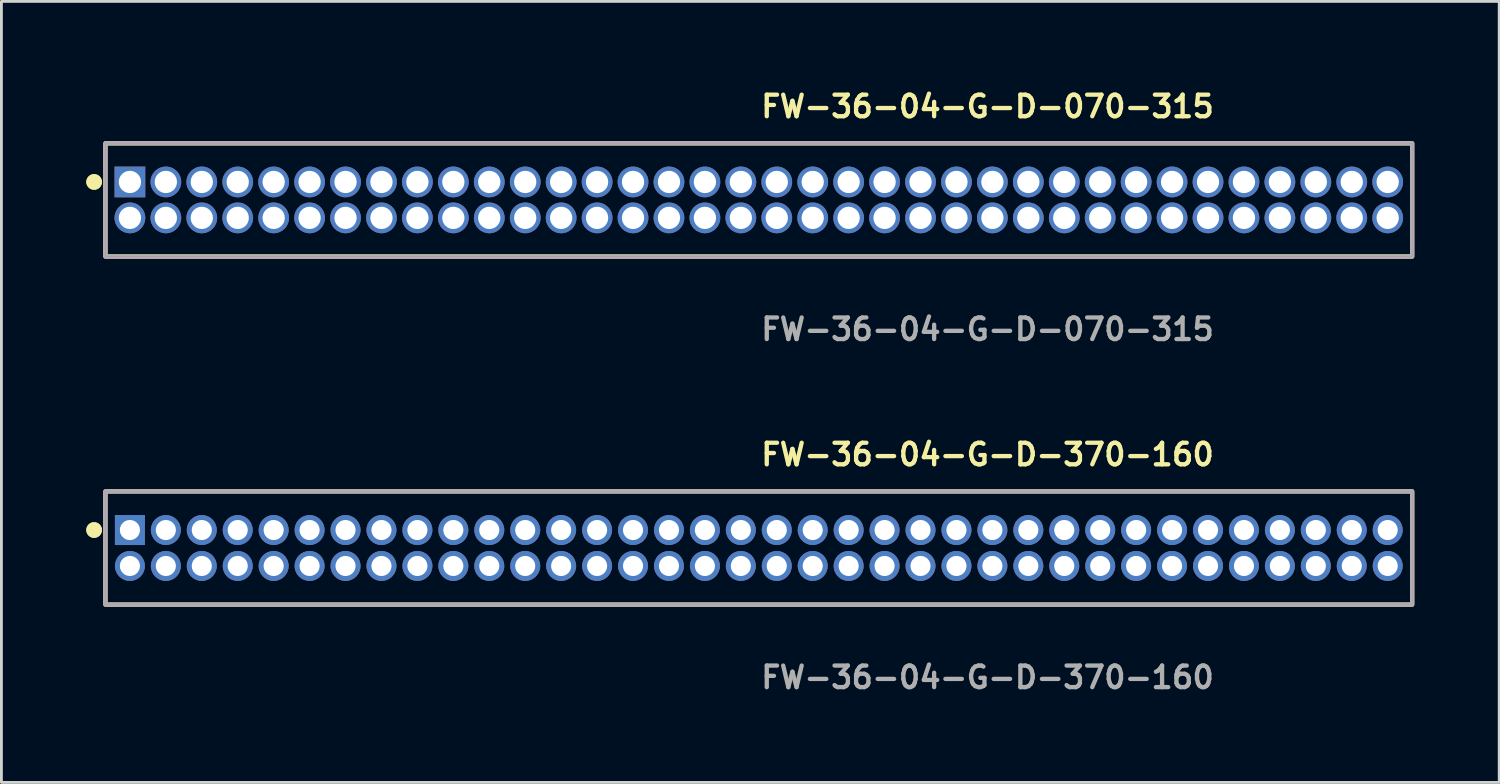
<source format=kicad_pcb>
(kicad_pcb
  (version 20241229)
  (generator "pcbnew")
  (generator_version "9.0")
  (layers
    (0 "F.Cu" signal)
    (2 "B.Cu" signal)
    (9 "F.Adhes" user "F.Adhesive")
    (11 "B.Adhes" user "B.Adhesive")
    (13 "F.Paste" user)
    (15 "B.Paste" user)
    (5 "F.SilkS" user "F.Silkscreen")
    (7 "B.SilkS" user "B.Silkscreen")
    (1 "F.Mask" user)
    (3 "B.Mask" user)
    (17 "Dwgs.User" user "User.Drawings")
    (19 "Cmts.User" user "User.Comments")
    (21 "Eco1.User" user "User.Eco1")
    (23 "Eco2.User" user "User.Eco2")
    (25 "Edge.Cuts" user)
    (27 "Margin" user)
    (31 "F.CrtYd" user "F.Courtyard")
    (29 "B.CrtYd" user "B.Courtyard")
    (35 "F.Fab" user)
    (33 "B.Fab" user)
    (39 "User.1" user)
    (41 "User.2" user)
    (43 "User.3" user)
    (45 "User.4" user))
  (footprint "FW-36-04-G-D-370-160"
    (layer "F.Cu")
    (at 23.766 16.316)
    (property "Reference" "FW-36-04-G-D-370-160" (at 0 -3.302 0) (unlocked yes) (layer "F.SilkS") (effects (font (size 0.762 0.762) (thickness 0.152)) (justify left)))
    (fp_rect (start -23.09 2) (end 23.09 -2) (stroke (width 0.152) (type solid)) (fill no) (layer "F.SilkS"))
    (fp_circle (center -23.49 -0.635) (end -23.69 -0.635) (stroke (width 0.152) (type solid)) (fill yes) (layer "F.SilkS"))
    (fp_circle (center -23.49 -0.635) (end -23.69 -0.635) (stroke (width 0.152) (type solid)) (fill yes) (layer "F.SilkS"))
    (fp_rect (start -23.09 2) (end 23.09 -2) (stroke (width 0.006) (type solid)) (fill no) (layer "F.CrtYd"))
    (fp_rect (start -23.09 2) (end 23.09 -2) (stroke (width 0.152) (type solid)) (fill no) (layer "F.Fab"))
    (fp_text user "${REFERENCE}" (at 0 4.572 0) (unlocked yes) (layer "F.Fab") (effects (font (size 0.762 0.762) (thickness 0.152)) (justify left)))
    (pad "1" thru_hole rect (at -22.225 -0.635) (size 1.06 1.06) (drill 0.71) (layers "*.Cu" "*.Mask"))
    (pad "2" thru_hole circle (at -22.225 0.635) (size 1.06 1.06) (drill 0.71) (layers "*.Cu" "*.Mask"))
    (pad "3" thru_hole circle (at -20.955 -0.635) (size 1.06 1.06) (drill 0.71) (layers "*.Cu" "*.Mask"))
    (pad "4" thru_hole circle (at -20.955 0.635) (size 1.06 1.06) (drill 0.71) (layers "*.Cu" "*.Mask"))
    (pad "5" thru_hole circle (at -19.685 -0.635) (size 1.06 1.06) (drill 0.71) (layers "*.Cu" "*.Mask"))
    (pad "6" thru_hole circle (at -19.685 0.635) (size 1.06 1.06) (drill 0.71) (layers "*.Cu" "*.Mask"))
    (pad "7" thru_hole circle (at -18.415 -0.635) (size 1.06 1.06) (drill 0.71) (layers "*.Cu" "*.Mask"))
    (pad "8" thru_hole circle (at -18.415 0.635) (size 1.06 1.06) (drill 0.71) (layers "*.Cu" "*.Mask"))
    (pad "9" thru_hole circle (at -17.145 -0.635) (size 1.06 1.06) (drill 0.71) (layers "*.Cu" "*.Mask"))
    (pad "10" thru_hole circle (at -17.145 0.635) (size 1.06 1.06) (drill 0.71) (layers "*.Cu" "*.Mask"))
    (pad "11" thru_hole circle (at -15.875 -0.635) (size 1.06 1.06) (drill 0.71) (layers "*.Cu" "*.Mask"))
    (pad "12" thru_hole circle (at -15.875 0.635) (size 1.06 1.06) (drill 0.71) (layers "*.Cu" "*.Mask"))
    (pad "13" thru_hole circle (at -14.605 -0.635) (size 1.06 1.06) (drill 0.71) (layers "*.Cu" "*.Mask"))
    (pad "14" thru_hole circle (at -14.605 0.635) (size 1.06 1.06) (drill 0.71) (layers "*.Cu" "*.Mask"))
    (pad "15" thru_hole circle (at -13.335 -0.635) (size 1.06 1.06) (drill 0.71) (layers "*.Cu" "*.Mask"))
    (pad "16" thru_hole circle (at -13.335 0.635) (size 1.06 1.06) (drill 0.71) (layers "*.Cu" "*.Mask"))
    (pad "17" thru_hole circle (at -12.065 -0.635) (size 1.06 1.06) (drill 0.71) (layers "*.Cu" "*.Mask"))
    (pad "18" thru_hole circle (at -12.065 0.635) (size 1.06 1.06) (drill 0.71) (layers "*.Cu" "*.Mask"))
    (pad "19" thru_hole circle (at -10.795 -0.635) (size 1.06 1.06) (drill 0.71) (layers "*.Cu" "*.Mask"))
    (pad "20" thru_hole circle (at -10.795 0.635) (size 1.06 1.06) (drill 0.71) (layers "*.Cu" "*.Mask"))
    (pad "21" thru_hole circle (at -9.525 -0.635) (size 1.06 1.06) (drill 0.71) (layers "*.Cu" "*.Mask"))
    (pad "22" thru_hole circle (at -9.525 0.635) (size 1.06 1.06) (drill 0.71) (layers "*.Cu" "*.Mask"))
    (pad "23" thru_hole circle (at -8.255 -0.635) (size 1.06 1.06) (drill 0.71) (layers "*.Cu" "*.Mask"))
    (pad "24" thru_hole circle (at -8.255 0.635) (size 1.06 1.06) (drill 0.71) (layers "*.Cu" "*.Mask"))
    (pad "25" thru_hole circle (at -6.985 -0.635) (size 1.06 1.06) (drill 0.71) (layers "*.Cu" "*.Mask"))
    (pad "26" thru_hole circle (at -6.985 0.635) (size 1.06 1.06) (drill 0.71) (layers "*.Cu" "*.Mask"))
    (pad "27" thru_hole circle (at -5.715 -0.635) (size 1.06 1.06) (drill 0.71) (layers "*.Cu" "*.Mask"))
    (pad "28" thru_hole circle (at -5.715 0.635) (size 1.06 1.06) (drill 0.71) (layers "*.Cu" "*.Mask"))
    (pad "29" thru_hole circle (at -4.445 -0.635) (size 1.06 1.06) (drill 0.71) (layers "*.Cu" "*.Mask"))
    (pad "30" thru_hole circle (at -4.445 0.635) (size 1.06 1.06) (drill 0.71) (layers "*.Cu" "*.Mask"))
    (pad "31" thru_hole circle (at -3.175 -0.635) (size 1.06 1.06) (drill 0.71) (layers "*.Cu" "*.Mask"))
    (pad "32" thru_hole circle (at -3.175 0.635) (size 1.06 1.06) (drill 0.71) (layers "*.Cu" "*.Mask"))
    (pad "33" thru_hole circle (at -1.905 -0.635) (size 1.06 1.06) (drill 0.71) (layers "*.Cu" "*.Mask"))
    (pad "34" thru_hole circle (at -1.905 0.635) (size 1.06 1.06) (drill 0.71) (layers "*.Cu" "*.Mask"))
    (pad "35" thru_hole circle (at -0.635 -0.635) (size 1.06 1.06) (drill 0.71) (layers "*.Cu" "*.Mask"))
    (pad "36" thru_hole circle (at -0.635 0.635) (size 1.06 1.06) (drill 0.71) (layers "*.Cu" "*.Mask"))
    (pad "37" thru_hole circle (at 0.635 -0.635) (size 1.06 1.06) (drill 0.71) (layers "*.Cu" "*.Mask"))
    (pad "38" thru_hole circle (at 0.635 0.635) (size 1.06 1.06) (drill 0.71) (layers "*.Cu" "*.Mask"))
    (pad "39" thru_hole circle (at 1.905 -0.635) (size 1.06 1.06) (drill 0.71) (layers "*.Cu" "*.Mask"))
    (pad "40" thru_hole circle (at 1.905 0.635) (size 1.06 1.06) (drill 0.71) (layers "*.Cu" "*.Mask"))
    (pad "41" thru_hole circle (at 3.175 -0.635) (size 1.06 1.06) (drill 0.71) (layers "*.Cu" "*.Mask"))
    (pad "42" thru_hole circle (at 3.175 0.635) (size 1.06 1.06) (drill 0.71) (layers "*.Cu" "*.Mask"))
    (pad "43" thru_hole circle (at 4.445 -0.635) (size 1.06 1.06) (drill 0.71) (layers "*.Cu" "*.Mask"))
    (pad "44" thru_hole circle (at 4.445 0.635) (size 1.06 1.06) (drill 0.71) (layers "*.Cu" "*.Mask"))
    (pad "45" thru_hole circle (at 5.715 -0.635) (size 1.06 1.06) (drill 0.71) (layers "*.Cu" "*.Mask"))
    (pad "46" thru_hole circle (at 5.715 0.635) (size 1.06 1.06) (drill 0.71) (layers "*.Cu" "*.Mask"))
    (pad "47" thru_hole circle (at 6.985 -0.635) (size 1.06 1.06) (drill 0.71) (layers "*.Cu" "*.Mask"))
    (pad "48" thru_hole circle (at 6.985 0.635) (size 1.06 1.06) (drill 0.71) (layers "*.Cu" "*.Mask"))
    (pad "49" thru_hole circle (at 8.255 -0.635) (size 1.06 1.06) (drill 0.71) (layers "*.Cu" "*.Mask"))
    (pad "50" thru_hole circle (at 8.255 0.635) (size 1.06 1.06) (drill 0.71) (layers "*.Cu" "*.Mask"))
    (pad "51" thru_hole circle (at 9.525 -0.635) (size 1.06 1.06) (drill 0.71) (layers "*.Cu" "*.Mask"))
    (pad "52" thru_hole circle (at 9.525 0.635) (size 1.06 1.06) (drill 0.71) (layers "*.Cu" "*.Mask"))
    (pad "53" thru_hole circle (at 10.795 -0.635) (size 1.06 1.06) (drill 0.71) (layers "*.Cu" "*.Mask"))
    (pad "54" thru_hole circle (at 10.795 0.635) (size 1.06 1.06) (drill 0.71) (layers "*.Cu" "*.Mask"))
    (pad "55" thru_hole circle (at 12.065 -0.635) (size 1.06 1.06) (drill 0.71) (layers "*.Cu" "*.Mask"))
    (pad "56" thru_hole circle (at 12.065 0.635) (size 1.06 1.06) (drill 0.71) (layers "*.Cu" "*.Mask"))
    (pad "57" thru_hole circle (at 13.335 -0.635) (size 1.06 1.06) (drill 0.71) (layers "*.Cu" "*.Mask"))
    (pad "58" thru_hole circle (at 13.335 0.635) (size 1.06 1.06) (drill 0.71) (layers "*.Cu" "*.Mask"))
    (pad "59" thru_hole circle (at 14.605 -0.635) (size 1.06 1.06) (drill 0.71) (layers "*.Cu" "*.Mask"))
    (pad "60" thru_hole circle (at 14.605 0.635) (size 1.06 1.06) (drill 0.71) (layers "*.Cu" "*.Mask"))
    (pad "61" thru_hole circle (at 15.875 -0.635) (size 1.06 1.06) (drill 0.71) (layers "*.Cu" "*.Mask"))
    (pad "62" thru_hole circle (at 15.875 0.635) (size 1.06 1.06) (drill 0.71) (layers "*.Cu" "*.Mask"))
    (pad "63" thru_hole circle (at 17.145 -0.635) (size 1.06 1.06) (drill 0.71) (layers "*.Cu" "*.Mask"))
    (pad "64" thru_hole circle (at 17.145 0.635) (size 1.06 1.06) (drill 0.71) (layers "*.Cu" "*.Mask"))
    (pad "65" thru_hole circle (at 18.415 -0.635) (size 1.06 1.06) (drill 0.71) (layers "*.Cu" "*.Mask"))
    (pad "66" thru_hole circle (at 18.415 0.635) (size 1.06 1.06) (drill 0.71) (layers "*.Cu" "*.Mask"))
    (pad "67" thru_hole circle (at 19.685 -0.635) (size 1.06 1.06) (drill 0.71) (layers "*.Cu" "*.Mask"))
    (pad "68" thru_hole circle (at 19.685 0.635) (size 1.06 1.06) (drill 0.71) (layers "*.Cu" "*.Mask"))
    (pad "69" thru_hole circle (at 20.955 -0.635) (size 1.06 1.06) (drill 0.71) (layers "*.Cu" "*.Mask"))
    (pad "70" thru_hole circle (at 20.955 0.635) (size 1.06 1.06) (drill 0.71) (layers "*.Cu" "*.Mask"))
    (pad "71" thru_hole circle (at 22.225 -0.635) (size 1.06 1.06) (drill 0.71) (layers "*.Cu" "*.Mask"))
    (pad "72" thru_hole circle (at 22.225 0.635) (size 1.06 1.06) (drill 0.71) (layers "*.Cu" "*.Mask")))
  (footprint "FW-36-04-G-D-070-315"
    (layer "F.Cu")
    (at 23.766 4.015)
    (property "Reference" "FW-36-04-G-D-070-315" (at 0 -3.302 0) (unlocked yes) (layer "F.SilkS") (effects (font (size 0.762 0.762) (thickness 0.152)) (justify left)))
    (fp_rect (start -23.09 2) (end 23.09 -2) (stroke (width 0.152) (type solid)) (fill no) (layer "F.SilkS"))
    (fp_circle (center -23.49 -0.635) (end -23.69 -0.635) (stroke (width 0.152) (type solid)) (fill yes) (layer "F.SilkS"))
    (fp_circle (center -23.49 -0.635) (end -23.69 -0.635) (stroke (width 0.152) (type solid)) (fill yes) (layer "F.SilkS"))
    (fp_rect (start -23.09 2) (end 23.09 -2) (stroke (width 0.006) (type solid)) (fill no) (layer "F.CrtYd"))
    (fp_rect (start -23.09 2) (end 23.09 -2) (stroke (width 0.152) (type solid)) (fill no) (layer "F.Fab"))
    (fp_text user "${REFERENCE}" (at 0 4.572 0) (unlocked yes) (layer "F.Fab") (effects (font (size 0.762 0.762) (thickness 0.152)) (justify left)))
    (pad "1" thru_hole rect (at -22.225 -0.635) (size 1.087 1.087) (drill 0.787) (layers "*.Cu" "*.Mask"))
    (pad "2" thru_hole circle (at -22.225 0.635) (size 1.087 1.087) (drill 0.787) (layers "*.Cu" "*.Mask"))
    (pad "3" thru_hole circle (at -20.955 -0.635) (size 1.087 1.087) (drill 0.787) (layers "*.Cu" "*.Mask"))
    (pad "4" thru_hole circle (at -20.955 0.635) (size 1.087 1.087) (drill 0.787) (layers "*.Cu" "*.Mask"))
    (pad "5" thru_hole circle (at -19.685 -0.635) (size 1.087 1.087) (drill 0.787) (layers "*.Cu" "*.Mask"))
    (pad "6" thru_hole circle (at -19.685 0.635) (size 1.087 1.087) (drill 0.787) (layers "*.Cu" "*.Mask"))
    (pad "7" thru_hole circle (at -18.415 -0.635) (size 1.087 1.087) (drill 0.787) (layers "*.Cu" "*.Mask"))
    (pad "8" thru_hole circle (at -18.415 0.635) (size 1.087 1.087) (drill 0.787) (layers "*.Cu" "*.Mask"))
    (pad "9" thru_hole circle (at -17.145 -0.635) (size 1.087 1.087) (drill 0.787) (layers "*.Cu" "*.Mask"))
    (pad "10" thru_hole circle (at -17.145 0.635) (size 1.087 1.087) (drill 0.787) (layers "*.Cu" "*.Mask"))
    (pad "11" thru_hole circle (at -15.875 -0.635) (size 1.087 1.087) (drill 0.787) (layers "*.Cu" "*.Mask"))
    (pad "12" thru_hole circle (at -15.875 0.635) (size 1.087 1.087) (drill 0.787) (layers "*.Cu" "*.Mask"))
    (pad "13" thru_hole circle (at -14.605 -0.635) (size 1.087 1.087) (drill 0.787) (layers "*.Cu" "*.Mask"))
    (pad "14" thru_hole circle (at -14.605 0.635) (size 1.087 1.087) (drill 0.787) (layers "*.Cu" "*.Mask"))
    (pad "15" thru_hole circle (at -13.335 -0.635) (size 1.087 1.087) (drill 0.787) (layers "*.Cu" "*.Mask"))
    (pad "16" thru_hole circle (at -13.335 0.635) (size 1.087 1.087) (drill 0.787) (layers "*.Cu" "*.Mask"))
    (pad "17" thru_hole circle (at -12.065 -0.635) (size 1.087 1.087) (drill 0.787) (layers "*.Cu" "*.Mask"))
    (pad "18" thru_hole circle (at -12.065 0.635) (size 1.087 1.087) (drill 0.787) (layers "*.Cu" "*.Mask"))
    (pad "19" thru_hole circle (at -10.795 -0.635) (size 1.087 1.087) (drill 0.787) (layers "*.Cu" "*.Mask"))
    (pad "20" thru_hole circle (at -10.795 0.635) (size 1.087 1.087) (drill 0.787) (layers "*.Cu" "*.Mask"))
    (pad "21" thru_hole circle (at -9.525 -0.635) (size 1.087 1.087) (drill 0.787) (layers "*.Cu" "*.Mask"))
    (pad "22" thru_hole circle (at -9.525 0.635) (size 1.087 1.087) (drill 0.787) (layers "*.Cu" "*.Mask"))
    (pad "23" thru_hole circle (at -8.255 -0.635) (size 1.087 1.087) (drill 0.787) (layers "*.Cu" "*.Mask"))
    (pad "24" thru_hole circle (at -8.255 0.635) (size 1.087 1.087) (drill 0.787) (layers "*.Cu" "*.Mask"))
    (pad "25" thru_hole circle (at -6.985 -0.635) (size 1.087 1.087) (drill 0.787) (layers "*.Cu" "*.Mask"))
    (pad "26" thru_hole circle (at -6.985 0.635) (size 1.087 1.087) (drill 0.787) (layers "*.Cu" "*.Mask"))
    (pad "27" thru_hole circle (at -5.715 -0.635) (size 1.087 1.087) (drill 0.787) (layers "*.Cu" "*.Mask"))
    (pad "28" thru_hole circle (at -5.715 0.635) (size 1.087 1.087) (drill 0.787) (layers "*.Cu" "*.Mask"))
    (pad "29" thru_hole circle (at -4.445 -0.635) (size 1.087 1.087) (drill 0.787) (layers "*.Cu" "*.Mask"))
    (pad "30" thru_hole circle (at -4.445 0.635) (size 1.087 1.087) (drill 0.787) (layers "*.Cu" "*.Mask"))
    (pad "31" thru_hole circle (at -3.175 -0.635) (size 1.087 1.087) (drill 0.787) (layers "*.Cu" "*.Mask"))
    (pad "32" thru_hole circle (at -3.175 0.635) (size 1.087 1.087) (drill 0.787) (layers "*.Cu" "*.Mask"))
    (pad "33" thru_hole circle (at -1.905 -0.635) (size 1.087 1.087) (drill 0.787) (layers "*.Cu" "*.Mask"))
    (pad "34" thru_hole circle (at -1.905 0.635) (size 1.087 1.087) (drill 0.787) (layers "*.Cu" "*.Mask"))
    (pad "35" thru_hole circle (at -0.635 -0.635) (size 1.087 1.087) (drill 0.787) (layers "*.Cu" "*.Mask"))
    (pad "36" thru_hole circle (at -0.635 0.635) (size 1.087 1.087) (drill 0.787) (layers "*.Cu" "*.Mask"))
    (pad "37" thru_hole circle (at 0.635 -0.635) (size 1.087 1.087) (drill 0.787) (layers "*.Cu" "*.Mask"))
    (pad "38" thru_hole circle (at 0.635 0.635) (size 1.087 1.087) (drill 0.787) (layers "*.Cu" "*.Mask"))
    (pad "39" thru_hole circle (at 1.905 -0.635) (size 1.087 1.087) (drill 0.787) (layers "*.Cu" "*.Mask"))
    (pad "40" thru_hole circle (at 1.905 0.635) (size 1.087 1.087) (drill 0.787) (layers "*.Cu" "*.Mask"))
    (pad "41" thru_hole circle (at 3.175 -0.635) (size 1.087 1.087) (drill 0.787) (layers "*.Cu" "*.Mask"))
    (pad "42" thru_hole circle (at 3.175 0.635) (size 1.087 1.087) (drill 0.787) (layers "*.Cu" "*.Mask"))
    (pad "43" thru_hole circle (at 4.445 -0.635) (size 1.087 1.087) (drill 0.787) (layers "*.Cu" "*.Mask"))
    (pad "44" thru_hole circle (at 4.445 0.635) (size 1.087 1.087) (drill 0.787) (layers "*.Cu" "*.Mask"))
    (pad "45" thru_hole circle (at 5.715 -0.635) (size 1.087 1.087) (drill 0.787) (layers "*.Cu" "*.Mask"))
    (pad "46" thru_hole circle (at 5.715 0.635) (size 1.087 1.087) (drill 0.787) (layers "*.Cu" "*.Mask"))
    (pad "47" thru_hole circle (at 6.985 -0.635) (size 1.087 1.087) (drill 0.787) (layers "*.Cu" "*.Mask"))
    (pad "48" thru_hole circle (at 6.985 0.635) (size 1.087 1.087) (drill 0.787) (layers "*.Cu" "*.Mask"))
    (pad "49" thru_hole circle (at 8.255 -0.635) (size 1.087 1.087) (drill 0.787) (layers "*.Cu" "*.Mask"))
    (pad "50" thru_hole circle (at 8.255 0.635) (size 1.087 1.087) (drill 0.787) (layers "*.Cu" "*.Mask"))
    (pad "51" thru_hole circle (at 9.525 -0.635) (size 1.087 1.087) (drill 0.787) (layers "*.Cu" "*.Mask"))
    (pad "52" thru_hole circle (at 9.525 0.635) (size 1.087 1.087) (drill 0.787) (layers "*.Cu" "*.Mask"))
    (pad "53" thru_hole circle (at 10.795 -0.635) (size 1.087 1.087) (drill 0.787) (layers "*.Cu" "*.Mask"))
    (pad "54" thru_hole circle (at 10.795 0.635) (size 1.087 1.087) (drill 0.787) (layers "*.Cu" "*.Mask"))
    (pad "55" thru_hole circle (at 12.065 -0.635) (size 1.087 1.087) (drill 0.787) (layers "*.Cu" "*.Mask"))
    (pad "56" thru_hole circle (at 12.065 0.635) (size 1.087 1.087) (drill 0.787) (layers "*.Cu" "*.Mask"))
    (pad "57" thru_hole circle (at 13.335 -0.635) (size 1.087 1.087) (drill 0.787) (layers "*.Cu" "*.Mask"))
    (pad "58" thru_hole circle (at 13.335 0.635) (size 1.087 1.087) (drill 0.787) (layers "*.Cu" "*.Mask"))
    (pad "59" thru_hole circle (at 14.605 -0.635) (size 1.087 1.087) (drill 0.787) (layers "*.Cu" "*.Mask"))
    (pad "60" thru_hole circle (at 14.605 0.635) (size 1.087 1.087) (drill 0.787) (layers "*.Cu" "*.Mask"))
    (pad "61" thru_hole circle (at 15.875 -0.635) (size 1.087 1.087) (drill 0.787) (layers "*.Cu" "*.Mask"))
    (pad "62" thru_hole circle (at 15.875 0.635) (size 1.087 1.087) (drill 0.787) (layers "*.Cu" "*.Mask"))
    (pad "63" thru_hole circle (at 17.145 -0.635) (size 1.087 1.087) (drill 0.787) (layers "*.Cu" "*.Mask"))
    (pad "64" thru_hole circle (at 17.145 0.635) (size 1.087 1.087) (drill 0.787) (layers "*.Cu" "*.Mask"))
    (pad "65" thru_hole circle (at 18.415 -0.635) (size 1.087 1.087) (drill 0.787) (layers "*.Cu" "*.Mask"))
    (pad "66" thru_hole circle (at 18.415 0.635) (size 1.087 1.087) (drill 0.787) (layers "*.Cu" "*.Mask"))
    (pad "67" thru_hole circle (at 19.685 -0.635) (size 1.087 1.087) (drill 0.787) (layers "*.Cu" "*.Mask"))
    (pad "68" thru_hole circle (at 19.685 0.635) (size 1.087 1.087) (drill 0.787) (layers "*.Cu" "*.Mask"))
    (pad "69" thru_hole circle (at 20.955 -0.635) (size 1.087 1.087) (drill 0.787) (layers "*.Cu" "*.Mask"))
    (pad "70" thru_hole circle (at 20.955 0.635) (size 1.087 1.087) (drill 0.787) (layers "*.Cu" "*.Mask"))
    (pad "71" thru_hole circle (at 22.225 -0.635) (size 1.087 1.087) (drill 0.787) (layers "*.Cu" "*.Mask"))
    (pad "72" thru_hole circle (at 22.225 0.635) (size 1.087 1.087) (drill 0.787) (layers "*.Cu" "*.Mask")))
  (gr_rect
    (start -3 -3)
    (end 49.932 24.601)
    (stroke (width 0.1) (type default))
    (fill no)
    (layer "Edge.Cuts")))
</source>
